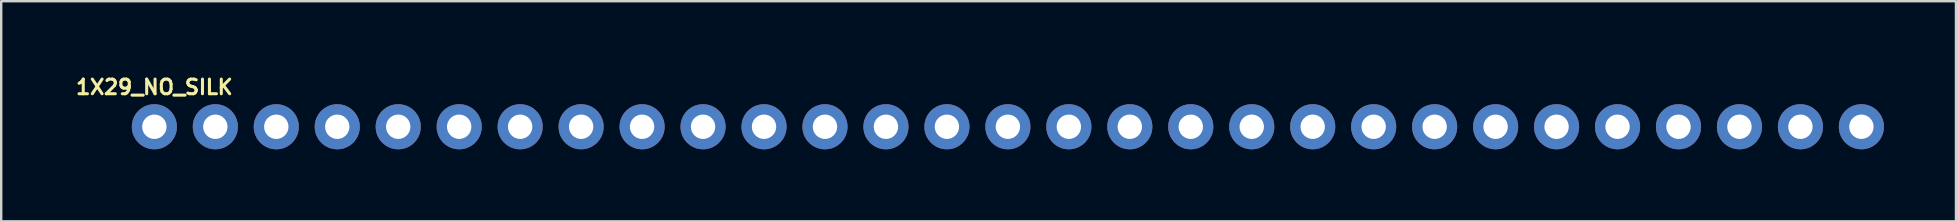
<source format=kicad_pcb>
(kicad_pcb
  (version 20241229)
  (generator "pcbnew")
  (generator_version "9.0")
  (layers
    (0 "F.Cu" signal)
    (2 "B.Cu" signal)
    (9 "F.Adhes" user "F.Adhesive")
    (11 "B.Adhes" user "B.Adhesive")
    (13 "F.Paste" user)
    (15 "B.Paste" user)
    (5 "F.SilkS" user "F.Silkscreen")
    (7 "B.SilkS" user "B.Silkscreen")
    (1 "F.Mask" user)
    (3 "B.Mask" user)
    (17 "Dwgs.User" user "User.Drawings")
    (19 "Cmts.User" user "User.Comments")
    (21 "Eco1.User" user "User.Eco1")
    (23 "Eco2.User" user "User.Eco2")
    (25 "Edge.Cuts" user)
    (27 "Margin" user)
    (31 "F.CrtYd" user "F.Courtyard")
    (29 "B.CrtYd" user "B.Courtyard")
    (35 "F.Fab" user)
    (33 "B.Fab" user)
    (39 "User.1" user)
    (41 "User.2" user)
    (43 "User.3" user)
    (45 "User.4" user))
  (footprint "1X29_NO_SILK"
    (layer "F.Cu")
    (at 3.381 2.231)
    (property "Reference" "1X29_NO_SILK" (at 0 -1.651 0) (layer "F.SilkS") (effects (font (size 0.61 0.61) (thickness 0.127))))
    (attr exclude_from_pos_files exclude_from_bom)
    (pad "1" thru_hole circle (at 0 0) (size 1.88 1.88) (drill 1.016) (layers "*.Cu" "*.Paste" "*.Mask"))
    (pad "2" thru_hole circle (at 2.54 0) (size 1.88 1.88) (drill 1.016) (layers "*.Cu" "*.Paste" "*.Mask"))
    (pad "3" thru_hole circle (at 5.08 0) (size 1.88 1.88) (drill 1.016) (layers "*.Cu" "*.Paste" "*.Mask"))
    (pad "4" thru_hole circle (at 7.62 0) (size 1.88 1.88) (drill 1.016) (layers "*.Cu" "*.Paste" "*.Mask"))
    (pad "5" thru_hole circle (at 10.16 0) (size 1.88 1.88) (drill 1.016) (layers "*.Cu" "*.Paste" "*.Mask"))
    (pad "6" thru_hole circle (at 12.7 0) (size 1.88 1.88) (drill 1.016) (layers "*.Cu" "*.Paste" "*.Mask"))
    (pad "7" thru_hole circle (at 15.24 0) (size 1.88 1.88) (drill 1.016) (layers "*.Cu" "*.Paste" "*.Mask"))
    (pad "8" thru_hole circle (at 17.78 0) (size 1.88 1.88) (drill 1.016) (layers "*.Cu" "*.Paste" "*.Mask"))
    (pad "9" thru_hole circle (at 20.32 0) (size 1.88 1.88) (drill 1.016) (layers "*.Cu" "*.Paste" "*.Mask"))
    (pad "10" thru_hole circle (at 22.86 0) (size 1.88 1.88) (drill 1.016) (layers "*.Cu" "*.Paste" "*.Mask"))
    (pad "11" thru_hole circle (at 25.4 0) (size 1.88 1.88) (drill 1.016) (layers "*.Cu" "*.Paste" "*.Mask"))
    (pad "12" thru_hole circle (at 27.94 0) (size 1.88 1.88) (drill 1.016) (layers "*.Cu" "*.Paste" "*.Mask"))
    (pad "13" thru_hole circle (at 30.48 0) (size 1.88 1.88) (drill 1.016) (layers "*.Cu" "*.Paste" "*.Mask"))
    (pad "14" thru_hole circle (at 33.02 0) (size 1.88 1.88) (drill 1.016) (layers "*.Cu" "*.Paste" "*.Mask"))
    (pad "15" thru_hole circle (at 35.56 0) (size 1.88 1.88) (drill 1.016) (layers "*.Cu" "*.Paste" "*.Mask"))
    (pad "16" thru_hole circle (at 38.1 0) (size 1.88 1.88) (drill 1.016) (layers "*.Cu" "*.Paste" "*.Mask"))
    (pad "17" thru_hole circle (at 40.64 0) (size 1.88 1.88) (drill 1.016) (layers "*.Cu" "*.Paste" "*.Mask"))
    (pad "18" thru_hole circle (at 43.18 0) (size 1.88 1.88) (drill 1.016) (layers "*.Cu" "*.Paste" "*.Mask"))
    (pad "19" thru_hole circle (at 45.72 0) (size 1.88 1.88) (drill 1.016) (layers "*.Cu" "*.Paste" "*.Mask"))
    (pad "20" thru_hole circle (at 48.26 0) (size 1.88 1.88) (drill 1.016) (layers "*.Cu" "*.Paste" "*.Mask"))
    (pad "21" thru_hole circle (at 50.8 0) (size 1.88 1.88) (drill 1.016) (layers "*.Cu" "*.Paste" "*.Mask"))
    (pad "22" thru_hole circle (at 53.34 0) (size 1.88 1.88) (drill 1.016) (layers "*.Cu" "*.Paste" "*.Mask"))
    (pad "23" thru_hole circle (at 55.88 0) (size 1.88 1.88) (drill 1.016) (layers "*.Cu" "*.Paste" "*.Mask"))
    (pad "24" thru_hole circle (at 58.42 0) (size 1.88 1.88) (drill 1.016) (layers "*.Cu" "*.Paste" "*.Mask"))
    (pad "25" thru_hole circle (at 60.96 0) (size 1.88 1.88) (drill 1.016) (layers "*.Cu" "*.Paste" "*.Mask"))
    (pad "26" thru_hole circle (at 63.5 0) (size 1.88 1.88) (drill 1.016) (layers "*.Cu" "*.Paste" "*.Mask"))
    (pad "27" thru_hole circle (at 66.04 0) (size 1.88 1.88) (drill 1.016) (layers "*.Cu" "*.Paste" "*.Mask"))
    (pad "28" thru_hole circle (at 68.58 0) (size 1.88 1.88) (drill 1.016) (layers "*.Cu" "*.Paste" "*.Mask"))
    (pad "29" thru_hole circle (at 71.12 0) (size 1.88 1.88) (drill 1.016) (layers "*.Cu" "*.Paste" "*.Mask")))
  (gr_rect
    (start -3 -3)
    (end 78.441 6.17)
    (stroke (width 0.1) (type default))
    (fill no)
    (layer "Edge.Cuts")))
</source>
